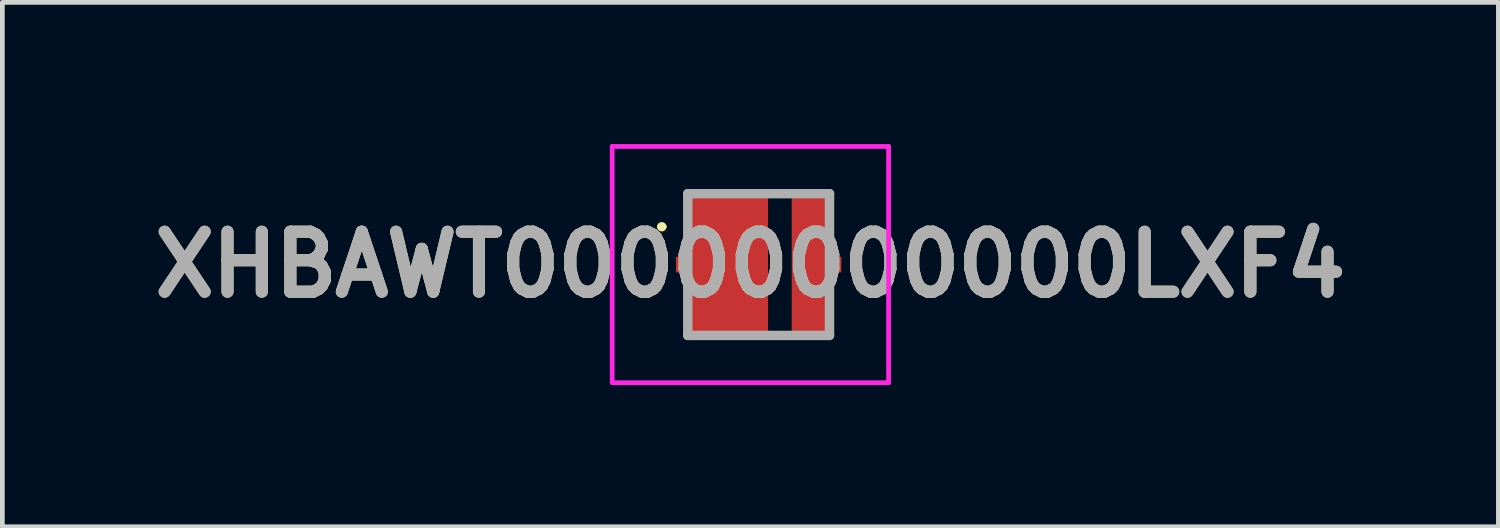
<source format=kicad_pcb>
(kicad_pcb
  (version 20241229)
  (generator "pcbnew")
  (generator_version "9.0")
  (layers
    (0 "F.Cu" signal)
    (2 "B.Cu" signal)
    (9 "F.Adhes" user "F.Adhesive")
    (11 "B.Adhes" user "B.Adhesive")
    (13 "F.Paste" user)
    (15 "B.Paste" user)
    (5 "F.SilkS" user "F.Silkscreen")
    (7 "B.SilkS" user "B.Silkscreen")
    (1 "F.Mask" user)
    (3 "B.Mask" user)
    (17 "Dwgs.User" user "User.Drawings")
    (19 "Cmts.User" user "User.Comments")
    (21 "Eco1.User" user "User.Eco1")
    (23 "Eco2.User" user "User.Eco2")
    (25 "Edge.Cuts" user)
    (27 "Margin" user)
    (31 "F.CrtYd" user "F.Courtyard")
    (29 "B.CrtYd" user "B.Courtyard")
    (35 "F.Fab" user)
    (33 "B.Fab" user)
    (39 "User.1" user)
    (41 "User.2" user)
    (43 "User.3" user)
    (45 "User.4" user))
  (footprint "XHBAWT00000000000LXF4"
    (layer "F.Cu")
    (at 13.008 2.55)
    (property "Reference" "XHBAWT00000000000LXF4" (at -0.175 0 0) (layer "F.SilkS") (effects (font (size 1.27 1.27) (thickness 0.254))))
    (attr smd)
    (fp_line (start -2.1 -0.8) (end -2.1 -0.8) (stroke (width 0.1) (type solid)) (layer "F.SilkS"))
    (fp_line (start -2 -0.8) (end -2 -0.8) (stroke (width 0.1) (type solid)) (layer "F.SilkS"))
    (fp_arc (start -2.1 -0.8) (mid -2.05 -0.85) (end -2 -0.8) (stroke (width 0.1) (type solid)) (layer "F.SilkS"))
    (fp_arc (start -2 -0.8) (mid -2.05 -0.75) (end -2.1 -0.8) (stroke (width 0.1) (type solid)) (layer "F.SilkS"))
    (fp_line (start -3.1 -2.5) (end 2.75 -2.5) (stroke (width 0.1) (type solid)) (layer "F.CrtYd"))
    (fp_line (start -3.1 2.5) (end -3.1 -2.5) (stroke (width 0.1) (type solid)) (layer "F.CrtYd"))
    (fp_line (start 2.75 -2.5) (end 2.75 2.5) (stroke (width 0.1) (type solid)) (layer "F.CrtYd"))
    (fp_line (start 2.75 2.5) (end -3.1 2.5) (stroke (width 0.1) (type solid)) (layer "F.CrtYd"))
    (fp_line (start -1.5 -1.5) (end 1.5 -1.5) (stroke (width 0.2) (type solid)) (layer "F.Fab"))
    (fp_line (start -1.5 1.5) (end -1.5 -1.5) (stroke (width 0.2) (type solid)) (layer "F.Fab"))
    (fp_line (start 1.5 -1.5) (end 1.5 1.5) (stroke (width 0.2) (type solid)) (layer "F.Fab"))
    (fp_line (start 1.5 1.5) (end -1.5 1.5) (stroke (width 0.2) (type solid)) (layer "F.Fab"))
    (fp_text user "${REFERENCE}" (at -0.175 0 0) (layer "F.Fab") (effects (font (size 1.27 1.27) (thickness 0.254))))
    (pad "1" smd rect (at -0.65 0) (size 1.7 3) (layers "F.Cu" "F.Mask" "F.Paste"))
    (pad "2" smd rect (at 1.1 0) (size 0.8 3) (layers "F.Cu" "F.Mask" "F.Paste"))
    (pad "3" smd rect (at -1.625 0) (size 0.25 0.33) (layers "F.Cu" "F.Mask" "F.Paste"))
    (pad "4" smd rect (at 1.625 0) (size 0.25 0.33) (layers "F.Cu" "F.Mask" "F.Paste")))
  (gr_rect
    (start -3 -3)
    (end 28.666 8.1)
    (stroke (width 0.1) (type default))
    (fill no)
    (layer "Edge.Cuts")))
</source>
